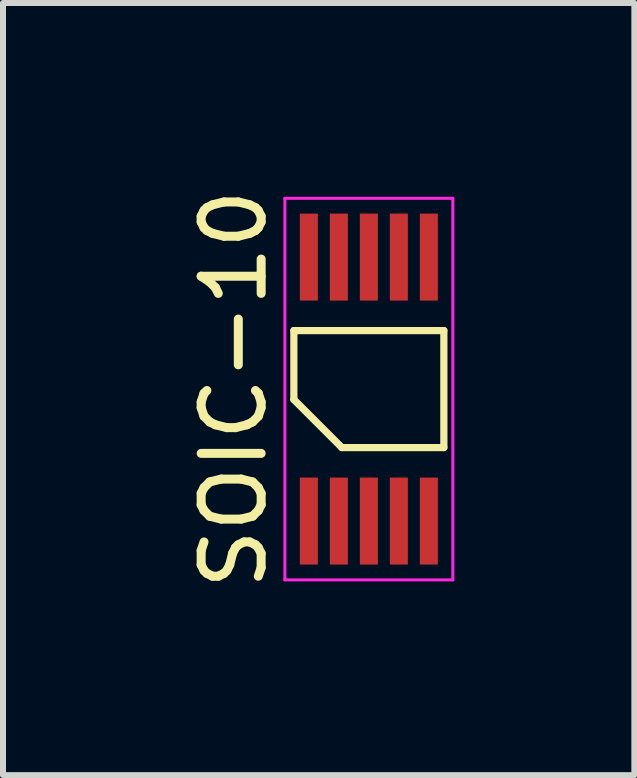
<source format=kicad_pcb>
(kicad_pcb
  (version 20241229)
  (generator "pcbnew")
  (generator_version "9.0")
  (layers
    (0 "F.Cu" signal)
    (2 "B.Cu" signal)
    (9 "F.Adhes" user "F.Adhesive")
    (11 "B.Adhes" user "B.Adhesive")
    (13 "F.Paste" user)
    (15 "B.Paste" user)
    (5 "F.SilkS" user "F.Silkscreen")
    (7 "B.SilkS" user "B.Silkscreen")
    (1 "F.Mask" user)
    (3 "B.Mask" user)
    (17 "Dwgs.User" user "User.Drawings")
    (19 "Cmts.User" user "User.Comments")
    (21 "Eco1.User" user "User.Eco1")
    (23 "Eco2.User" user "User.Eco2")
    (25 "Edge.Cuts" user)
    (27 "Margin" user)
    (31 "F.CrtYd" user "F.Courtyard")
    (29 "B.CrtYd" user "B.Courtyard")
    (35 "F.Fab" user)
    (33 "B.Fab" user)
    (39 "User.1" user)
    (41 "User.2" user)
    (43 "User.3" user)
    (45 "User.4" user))
  (footprint "SOIC-10"
    (layer "F.Cu")
    (at 3.098 3.435)
    (property "Reference" "SOIC-10" (at -2.25 0 90) (layer "F.SilkS") (effects (font (size 1 1) (thickness 0.15))))
    (attr smd)
    (fp_line (start -1.25 -0.975) (end 1.25 -0.975) (stroke (width 0.12) (type default)) (layer "F.SilkS"))
    (fp_line (start -1.25 0.175) (end -1.25 -0.975) (stroke (width 0.12) (type default)) (layer "F.SilkS"))
    (fp_line (start -0.45 0.975) (end -1.25 0.175) (stroke (width 0.12) (type default)) (layer "F.SilkS"))
    (fp_line (start 1.25 -0.975) (end 1.25 0.975) (stroke (width 0.12) (type default)) (layer "F.SilkS"))
    (fp_line (start 1.25 0.975) (end -0.45 0.975) (stroke (width 0.12) (type default)) (layer "F.SilkS"))
    (fp_line (start -1.4 -3.18) (end 1.4 -3.18) (stroke (width 0.05) (type default)) (layer "F.CrtYd"))
    (fp_line (start -1.4 3.18) (end -1.4 -3.18) (stroke (width 0.05) (type default)) (layer "F.CrtYd"))
    (fp_line (start 1.4 -3.18) (end 1.4 3.18) (stroke (width 0.05) (type default)) (layer "F.CrtYd"))
    (fp_line (start 1.4 3.18) (end -1.4 3.18) (stroke (width 0.05) (type default)) (layer "F.CrtYd"))
    (pad "1" smd rect (at -1 2.2) (size 0.3 1.45) (layers "F.Cu" "F.Mask" "F.Paste"))
    (pad "2" smd rect (at -0.5 2.2) (size 0.3 1.45) (layers "F.Cu" "F.Mask" "F.Paste"))
    (pad "3" smd rect (at 0 2.2) (size 0.3 1.45) (layers "F.Cu" "F.Mask" "F.Paste"))
    (pad "4" smd rect (at 0.5 2.2) (size 0.3 1.45) (layers "F.Cu" "F.Mask" "F.Paste"))
    (pad "5" smd rect (at 1 2.2) (size 0.3 1.45) (layers "F.Cu" "F.Mask" "F.Paste"))
    (pad "6" smd rect (at 1 -2.2) (size 0.3 1.45) (layers "F.Cu" "F.Mask" "F.Paste"))
    (pad "7" smd rect (at 0.5 -2.2) (size 0.3 1.45) (layers "F.Cu" "F.Mask" "F.Paste"))
    (pad "8" smd rect (at 0 -2.2) (size 0.3 1.45) (layers "F.Cu" "F.Mask" "F.Paste"))
    (pad "9" smd rect (at -0.5 -2.2) (size 0.3 1.45) (layers "F.Cu" "F.Mask" "F.Paste"))
    (pad "10" smd rect (at -1 -2.2) (size 0.3 1.45) (layers "F.Cu" "F.Mask" "F.Paste")))
  (gr_rect
    (start -3 -3)
    (end 7.523 9.869)
    (stroke (width 0.1) (type default))
    (fill no)
    (layer "Edge.Cuts")))
</source>
